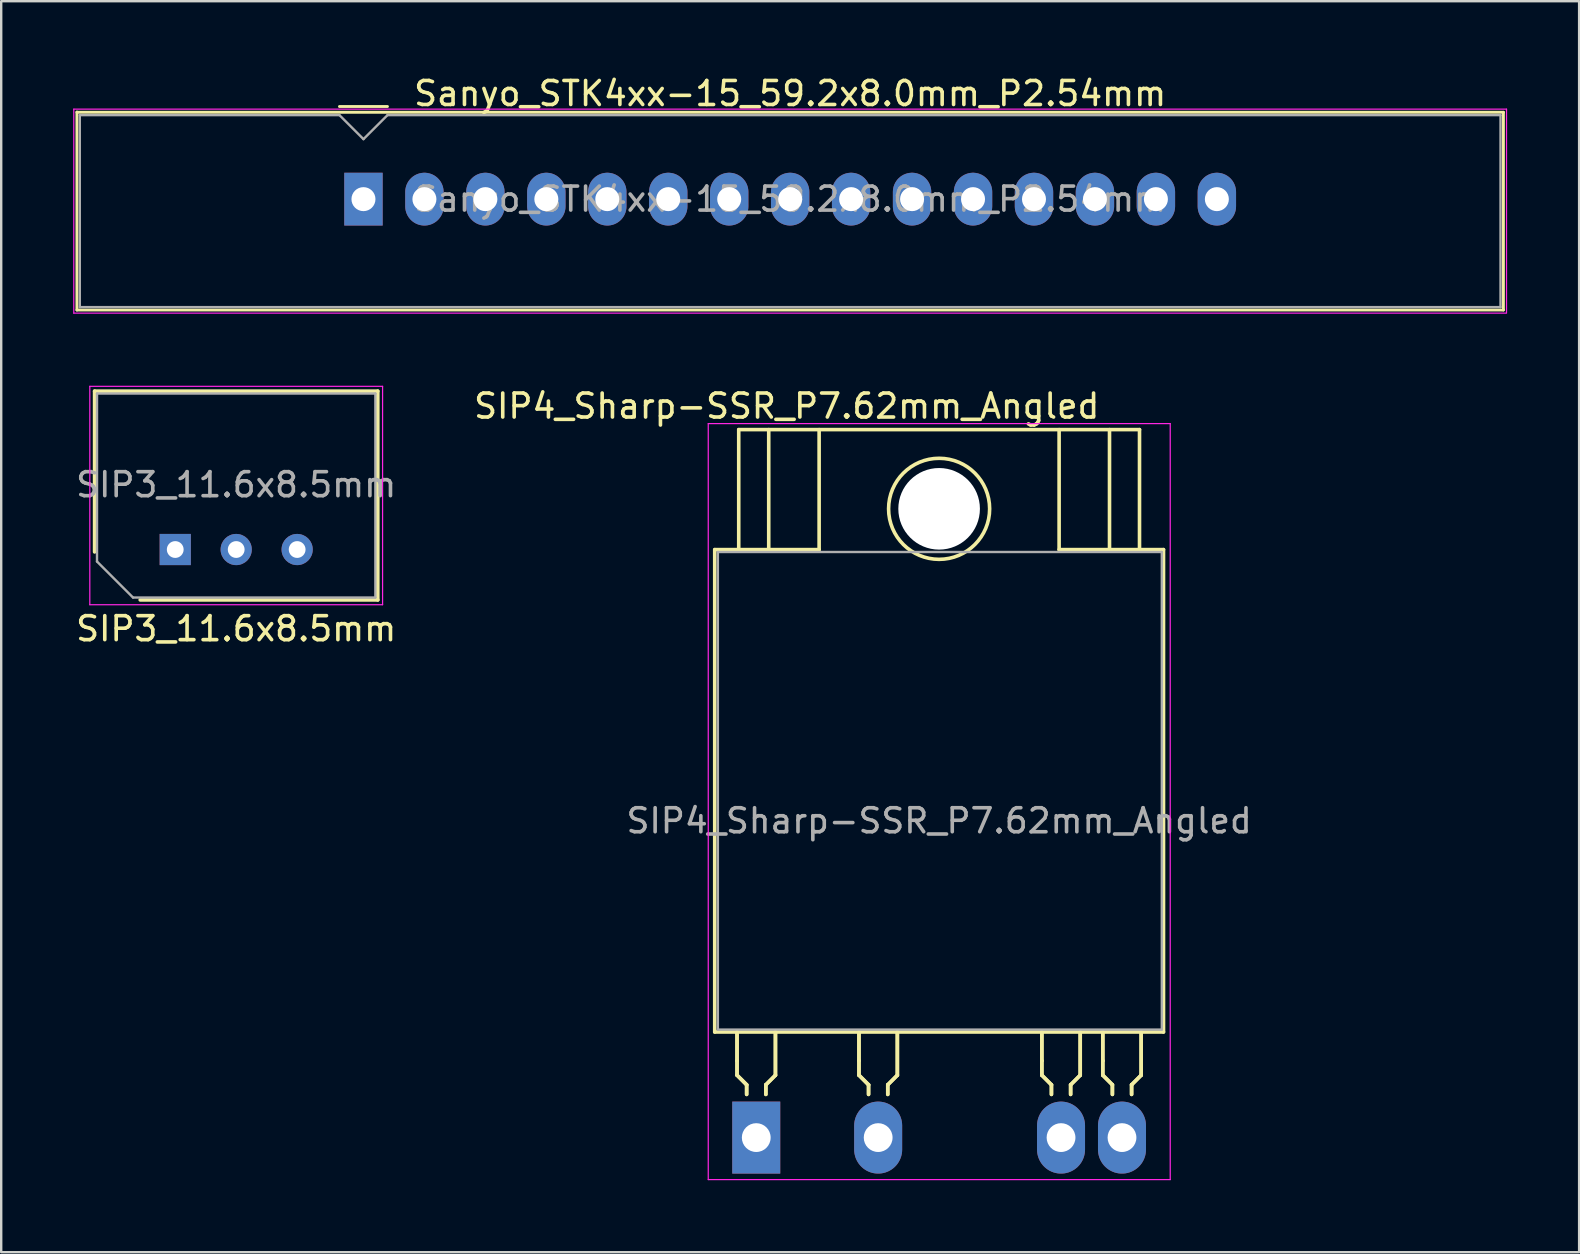
<source format=kicad_pcb>
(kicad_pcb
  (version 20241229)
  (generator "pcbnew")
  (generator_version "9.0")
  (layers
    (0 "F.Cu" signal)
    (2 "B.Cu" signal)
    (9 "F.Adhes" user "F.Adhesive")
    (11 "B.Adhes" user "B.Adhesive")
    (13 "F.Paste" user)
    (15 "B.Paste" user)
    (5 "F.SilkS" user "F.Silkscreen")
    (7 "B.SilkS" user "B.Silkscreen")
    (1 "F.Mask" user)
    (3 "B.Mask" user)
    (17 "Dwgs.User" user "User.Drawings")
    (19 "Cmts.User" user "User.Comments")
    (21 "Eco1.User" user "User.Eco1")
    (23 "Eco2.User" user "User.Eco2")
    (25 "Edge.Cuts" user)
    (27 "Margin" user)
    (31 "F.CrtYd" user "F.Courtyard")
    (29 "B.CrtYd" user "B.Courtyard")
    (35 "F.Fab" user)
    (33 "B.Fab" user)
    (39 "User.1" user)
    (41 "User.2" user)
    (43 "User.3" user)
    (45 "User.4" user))
  (footprint "SIP3_11.6x8.5mm"
    (layer "F.Cu")
    (at 4.252 19.848)
    (property "Reference" "SIP3_11.6x8.5mm" (at 2.54 3.3 180) (layer "F.SilkS") (effects (font (size 1 1) (thickness 0.15))))
    (attr through_hole)
    (fp_line (start -3.36 -6.6) (end 8.44 -6.6) (stroke (width 0.15) (type solid)) (layer "F.SilkS"))
    (fp_line (start -3.36 0.1) (end -3.36 -6.6) (stroke (width 0.15) (type solid)) (layer "F.SilkS"))
    (fp_line (start -1.46 2.1) (end 8.44 2.1) (stroke (width 0.15) (type solid)) (layer "F.SilkS"))
    (fp_line (start 8.44 -6.6) (end 8.44 2.1) (stroke (width 0.15) (type solid)) (layer "F.SilkS"))
    (fp_line (start -3.56 2.3) (end -3.56 -6.8) (stroke (width 0.05) (type solid)) (layer "F.CrtYd"))
    (fp_line (start 8.64 -6.8) (end -3.56 -6.8) (stroke (width 0.05) (type solid)) (layer "F.CrtYd"))
    (fp_line (start 8.64 2.3) (end -3.56 2.3) (stroke (width 0.05) (type solid)) (layer "F.CrtYd"))
    (fp_line (start 8.64 2.3) (end 8.64 -6.8) (stroke (width 0.05) (type solid)) (layer "F.CrtYd"))
    (fp_line (start -3.26 -6.5) (end -3.26 0.5) (stroke (width 0.1) (type solid)) (layer "F.Fab"))
    (fp_line (start -3.26 0.5) (end -1.76 2) (stroke (width 0.1) (type solid)) (layer "F.Fab"))
    (fp_line (start 8.34 -6.5) (end -3.26 -6.5) (stroke (width 0.1) (type solid)) (layer "F.Fab"))
    (fp_line (start 8.34 2) (end -1.76 2) (stroke (width 0.1) (type solid)) (layer "F.Fab"))
    (fp_line (start 8.34 2) (end 8.34 -6.5) (stroke (width 0.1) (type solid)) (layer "F.Fab"))
    (fp_text user "${REFERENCE}" (at 2.54 -2.7 180) (layer "F.Fab") (effects (font (size 1 1) (thickness 0.15))))
    (pad "1" thru_hole rect (at 0 0 270) (size 1.3 1.3) (drill 0.7) (layers "*.Cu" "*.Mask"))
    (pad "2" thru_hole circle (at 2.54 0 180) (size 1.3 1.3) (drill 0.7) (layers "*.Cu" "*.Mask"))
    (pad "3" thru_hole circle (at 5.08 0 270) (size 1.3 1.3) (drill 0.7) (layers "*.Cu" "*.Mask")))
  (footprint "Sanyo_STK4xx-15_59.2x8.0mm_P2.54mm"
    (layer "F.Cu")
    (at 12.095 5.248)
    (property "Reference" "Sanyo_STK4xx-15_59.2x8.0mm_P2.54mm" (at 17.78 -4.4 0) (layer "F.SilkS") (effects (font (size 1 1) (thickness 0.15))))
    (attr through_hole)
    (fp_line (start -11.94 -3.62) (end 47.5 -3.62) (stroke (width 0.12) (type solid)) (layer "F.SilkS"))
    (fp_line (start -11.94 4.62) (end -11.94 -3.63) (stroke (width 0.12) (type solid)) (layer "F.SilkS"))
    (fp_line (start 1 -3.86) (end -1 -3.86) (stroke (width 0.12) (type solid)) (layer "F.SilkS"))
    (fp_line (start 47.5 -3.62) (end 47.5 4.62) (stroke (width 0.12) (type solid)) (layer "F.SilkS"))
    (fp_line (start 47.5 4.62) (end -11.94 4.62) (stroke (width 0.12) (type solid)) (layer "F.SilkS"))
    (fp_line (start -12.07 -3.75) (end 47.63 -3.75) (stroke (width 0.05) (type solid)) (layer "F.CrtYd"))
    (fp_line (start -12.07 4.75) (end -12.07 -3.75) (stroke (width 0.05) (type solid)) (layer "F.CrtYd"))
    (fp_line (start 47.6 4.75) (end -12.07 4.75) (stroke (width 0.05) (type solid)) (layer "F.CrtYd"))
    (fp_line (start 47.63 -3.75) (end 47.63 4.75) (stroke (width 0.05) (type solid)) (layer "F.CrtYd"))
    (fp_line (start -11.82 -3.5) (end -1 -3.5) (stroke (width 0.1) (type solid)) (layer "F.Fab"))
    (fp_line (start -11.82 4.5) (end -11.82 -3.5) (stroke (width 0.1) (type solid)) (layer "F.Fab"))
    (fp_line (start -1 -3.5) (end 0 -2.5) (stroke (width 0.1) (type solid)) (layer "F.Fab"))
    (fp_line (start 0 -2.5) (end 1 -3.5) (stroke (width 0.1) (type solid)) (layer "F.Fab"))
    (fp_line (start 1 -3.5) (end 47.38 -3.5) (stroke (width 0.1) (type solid)) (layer "F.Fab"))
    (fp_line (start 47.38 -3.5) (end 47.38 4.5) (stroke (width 0.1) (type solid)) (layer "F.Fab"))
    (fp_line (start 47.38 4.5) (end -11.82 4.5) (stroke (width 0.1) (type solid)) (layer "F.Fab"))
    (fp_text user "${REFERENCE}" (at 17.78 0 0) (layer "F.Fab") (effects (font (size 1 1) (thickness 0.15))))
    (pad "1" thru_hole rect (at 0 0) (size 1.6 2.2) (drill 1) (layers "*.Cu" "*.Mask"))
    (pad "2" thru_hole oval (at 2.54 0) (size 1.6 2.2) (drill 1) (layers "*.Cu" "*.Mask"))
    (pad "3" thru_hole oval (at 5.08 0) (size 1.6 2.2) (drill 1) (layers "*.Cu" "*.Mask"))
    (pad "4" thru_hole oval (at 7.62 0) (size 1.6 2.2) (drill 1) (layers "*.Cu" "*.Mask"))
    (pad "5" thru_hole oval (at 10.16 0) (size 1.6 2.2) (drill 1) (layers "*.Cu" "*.Mask"))
    (pad "6" thru_hole oval (at 12.7 0) (size 1.6 2.2) (drill 1) (layers "*.Cu" "*.Mask"))
    (pad "7" thru_hole oval (at 15.24 0) (size 1.6 2.2) (drill 1) (layers "*.Cu" "*.Mask"))
    (pad "8" thru_hole oval (at 17.78 0) (size 1.6 2.2) (drill 1) (layers "*.Cu" "*.Mask"))
    (pad "9" thru_hole oval (at 20.32 0) (size 1.6 2.2) (drill 1) (layers "*.Cu" "*.Mask"))
    (pad "10" thru_hole oval (at 22.86 0) (size 1.6 2.2) (drill 1) (layers "*.Cu" "*.Mask"))
    (pad "11" thru_hole oval (at 25.4 0) (size 1.6 2.2) (drill 1) (layers "*.Cu" "*.Mask"))
    (pad "12" thru_hole oval (at 27.94 0) (size 1.6 2.2) (drill 1) (layers "*.Cu" "*.Mask"))
    (pad "13" thru_hole oval (at 30.48 0) (size 1.6 2.2) (drill 1) (layers "*.Cu" "*.Mask"))
    (pad "14" thru_hole oval (at 33.02 0) (size 1.6 2.2) (drill 1) (layers "*.Cu" "*.Mask"))
    (pad "15" thru_hole oval (at 35.56 0) (size 1.6 2.2) (drill 1) (layers "*.Cu" "*.Mask")))
  (footprint "SIP4_Sharp-SSR_P7.62mm_Angled"
    (layer "F.Cu")
    (at 28.462 44.352)
    (property "Reference" "SIP4_Sharp-SSR_P7.62mm_Angled" (at 1.27 -30.48 0) (layer "F.SilkS") (effects (font (size 1 1) (thickness 0.15))))
    (attr through_hole)
    (fp_line (start -1.73 -24.5) (end 2.62 -24.5) (stroke (width 0.15) (type solid)) (layer "F.SilkS"))
    (fp_line (start -1.73 -4.4) (end -1.73 -24.5) (stroke (width 0.15) (type solid)) (layer "F.SilkS"))
    (fp_line (start -0.8 -3.2) (end -0.8 -4.4) (stroke (width 0.15) (type solid)) (layer "F.SilkS"))
    (fp_line (start -0.8 -3.2) (end -0.8 -4.4) (stroke (width 0.15) (type solid)) (layer "F.SilkS"))
    (fp_line (start -0.8 -2.6) (end -0.8 -3.2) (stroke (width 0.15) (type solid)) (layer "F.SilkS"))
    (fp_line (start -0.8 -2.6) (end -0.8 -3.2) (stroke (width 0.15) (type solid)) (layer "F.SilkS"))
    (fp_line (start -0.73 -29.5) (end 15.97 -29.5) (stroke (width 0.15) (type solid)) (layer "F.SilkS"))
    (fp_line (start -0.73 -24.5) (end -0.73 -29.5) (stroke (width 0.15) (type solid)) (layer "F.SilkS"))
    (fp_line (start -0.4 -2.2) (end -0.8 -2.6) (stroke (width 0.15) (type solid)) (layer "F.SilkS"))
    (fp_line (start -0.4 -2.2) (end -0.8 -2.6) (stroke (width 0.15) (type solid)) (layer "F.SilkS"))
    (fp_line (start -0.4 -2.2) (end -0.4 -1.8) (stroke (width 0.15) (type solid)) (layer "F.SilkS"))
    (fp_line (start -0.4 -2.2) (end -0.4 -1.8) (stroke (width 0.15) (type solid)) (layer "F.SilkS"))
    (fp_line (start 0.4 -2.2) (end 0.8 -2.6) (stroke (width 0.15) (type solid)) (layer "F.SilkS"))
    (fp_line (start 0.4 -2.2) (end 0.8 -2.6) (stroke (width 0.15) (type solid)) (layer "F.SilkS"))
    (fp_line (start 0.4 -1.8) (end 0.4 -2.2) (stroke (width 0.15) (type solid)) (layer "F.SilkS"))
    (fp_line (start 0.4 -1.8) (end 0.4 -2.2) (stroke (width 0.15) (type solid)) (layer "F.SilkS"))
    (fp_line (start 0.52 -24.5) (end 0.52 -29.5) (stroke (width 0.15) (type solid)) (layer "F.SilkS"))
    (fp_line (start 0.8 -2.6) (end 0.8 -4.4) (stroke (width 0.15) (type solid)) (layer "F.SilkS"))
    (fp_line (start 0.8 -2.6) (end 0.8 -4.4) (stroke (width 0.15) (type solid)) (layer "F.SilkS"))
    (fp_line (start 2.62 -29.5) (end 2.62 -24.5) (stroke (width 0.15) (type solid)) (layer "F.SilkS"))
    (fp_line (start 4.28 -3.2) (end 4.28 -4.4) (stroke (width 0.15) (type solid)) (layer "F.SilkS"))
    (fp_line (start 4.28 -3.2) (end 4.28 -4.4) (stroke (width 0.15) (type solid)) (layer "F.SilkS"))
    (fp_line (start 4.28 -2.6) (end 4.28 -3.2) (stroke (width 0.15) (type solid)) (layer "F.SilkS"))
    (fp_line (start 4.28 -2.6) (end 4.28 -3.2) (stroke (width 0.15) (type solid)) (layer "F.SilkS"))
    (fp_line (start 4.68 -2.2) (end 4.28 -2.6) (stroke (width 0.15) (type solid)) (layer "F.SilkS"))
    (fp_line (start 4.68 -2.2) (end 4.28 -2.6) (stroke (width 0.15) (type solid)) (layer "F.SilkS"))
    (fp_line (start 4.68 -2.2) (end 4.68 -1.8) (stroke (width 0.15) (type solid)) (layer "F.SilkS"))
    (fp_line (start 4.68 -2.2) (end 4.68 -1.8) (stroke (width 0.15) (type solid)) (layer "F.SilkS"))
    (fp_line (start 5.48 -2.2) (end 5.88 -2.6) (stroke (width 0.15) (type solid)) (layer "F.SilkS"))
    (fp_line (start 5.48 -2.2) (end 5.88 -2.6) (stroke (width 0.15) (type solid)) (layer "F.SilkS"))
    (fp_line (start 5.48 -1.8) (end 5.48 -2.2) (stroke (width 0.15) (type solid)) (layer "F.SilkS"))
    (fp_line (start 5.48 -1.8) (end 5.48 -2.2) (stroke (width 0.15) (type solid)) (layer "F.SilkS"))
    (fp_line (start 5.88 -2.6) (end 5.88 -4.4) (stroke (width 0.15) (type solid)) (layer "F.SilkS"))
    (fp_line (start 5.88 -2.6) (end 5.88 -4.4) (stroke (width 0.15) (type solid)) (layer "F.SilkS"))
    (fp_line (start 11.9 -3.2) (end 11.9 -4.4) (stroke (width 0.15) (type solid)) (layer "F.SilkS"))
    (fp_line (start 11.9 -3.2) (end 11.9 -4.4) (stroke (width 0.15) (type solid)) (layer "F.SilkS"))
    (fp_line (start 11.9 -2.6) (end 11.9 -3.2) (stroke (width 0.15) (type solid)) (layer "F.SilkS"))
    (fp_line (start 11.9 -2.6) (end 11.9 -3.2) (stroke (width 0.15) (type solid)) (layer "F.SilkS"))
    (fp_line (start 12.3 -2.2) (end 11.9 -2.6) (stroke (width 0.15) (type solid)) (layer "F.SilkS"))
    (fp_line (start 12.3 -2.2) (end 11.9 -2.6) (stroke (width 0.15) (type solid)) (layer "F.SilkS"))
    (fp_line (start 12.3 -2.2) (end 12.3 -1.8) (stroke (width 0.15) (type solid)) (layer "F.SilkS"))
    (fp_line (start 12.3 -2.2) (end 12.3 -1.8) (stroke (width 0.15) (type solid)) (layer "F.SilkS"))
    (fp_line (start 12.62 -29.5) (end 12.62 -24.5) (stroke (width 0.15) (type solid)) (layer "F.SilkS"))
    (fp_line (start 12.62 -24.5) (end 16.97 -24.5) (stroke (width 0.15) (type solid)) (layer "F.SilkS"))
    (fp_line (start 13.1 -2.2) (end 13.5 -2.6) (stroke (width 0.15) (type solid)) (layer "F.SilkS"))
    (fp_line (start 13.1 -2.2) (end 13.5 -2.6) (stroke (width 0.15) (type solid)) (layer "F.SilkS"))
    (fp_line (start 13.1 -1.8) (end 13.1 -2.2) (stroke (width 0.15) (type solid)) (layer "F.SilkS"))
    (fp_line (start 13.1 -1.8) (end 13.1 -2.2) (stroke (width 0.15) (type solid)) (layer "F.SilkS"))
    (fp_line (start 13.5 -2.6) (end 13.5 -4.4) (stroke (width 0.15) (type solid)) (layer "F.SilkS"))
    (fp_line (start 13.5 -2.6) (end 13.5 -4.4) (stroke (width 0.15) (type solid)) (layer "F.SilkS"))
    (fp_line (start 14.44 -3.2) (end 14.44 -4.4) (stroke (width 0.15) (type solid)) (layer "F.SilkS"))
    (fp_line (start 14.44 -3.2) (end 14.44 -4.4) (stroke (width 0.15) (type solid)) (layer "F.SilkS"))
    (fp_line (start 14.44 -2.6) (end 14.44 -3.2) (stroke (width 0.15) (type solid)) (layer "F.SilkS"))
    (fp_line (start 14.44 -2.6) (end 14.44 -3.2) (stroke (width 0.15) (type solid)) (layer "F.SilkS"))
    (fp_line (start 14.72 -24.5) (end 14.72 -29.5) (stroke (width 0.15) (type solid)) (layer "F.SilkS"))
    (fp_line (start 14.84 -2.2) (end 14.44 -2.6) (stroke (width 0.15) (type solid)) (layer "F.SilkS"))
    (fp_line (start 14.84 -2.2) (end 14.44 -2.6) (stroke (width 0.15) (type solid)) (layer "F.SilkS"))
    (fp_line (start 14.84 -2.2) (end 14.84 -1.8) (stroke (width 0.15) (type solid)) (layer "F.SilkS"))
    (fp_line (start 14.84 -2.2) (end 14.84 -1.8) (stroke (width 0.15) (type solid)) (layer "F.SilkS"))
    (fp_line (start 15.64 -2.2) (end 16.04 -2.6) (stroke (width 0.15) (type solid)) (layer "F.SilkS"))
    (fp_line (start 15.64 -2.2) (end 16.04 -2.6) (stroke (width 0.15) (type solid)) (layer "F.SilkS"))
    (fp_line (start 15.64 -1.8) (end 15.64 -2.2) (stroke (width 0.15) (type solid)) (layer "F.SilkS"))
    (fp_line (start 15.64 -1.8) (end 15.64 -2.2) (stroke (width 0.15) (type solid)) (layer "F.SilkS"))
    (fp_line (start 15.97 -24.5) (end 15.97 -29.5) (stroke (width 0.15) (type solid)) (layer "F.SilkS"))
    (fp_line (start 16.04 -2.6) (end 16.04 -4.4) (stroke (width 0.15) (type solid)) (layer "F.SilkS"))
    (fp_line (start 16.04 -2.6) (end 16.04 -4.4) (stroke (width 0.15) (type solid)) (layer "F.SilkS"))
    (fp_line (start 16.97 -24.5) (end 16.97 -4.4) (stroke (width 0.15) (type solid)) (layer "F.SilkS"))
    (fp_line (start 16.97 -4.4) (end -1.73 -4.4) (stroke (width 0.15) (type solid)) (layer "F.SilkS"))
    (fp_circle (center 7.62 -26.2) (end 9.35 -27.4) (stroke (width 0.15) (type solid)) (fill no) (layer "F.SilkS"))
    (fp_line (start -2 -29.75) (end 17.25 -29.75) (stroke (width 0.05) (type solid)) (layer "F.CrtYd"))
    (fp_line (start -2 1.75) (end -2 -29.75) (stroke (width 0.05) (type solid)) (layer "F.CrtYd"))
    (fp_line (start 17.25 -29.75) (end 17.25 1.75) (stroke (width 0.05) (type solid)) (layer "F.CrtYd"))
    (fp_line (start 17.25 1.75) (end -2 1.75) (stroke (width 0.05) (type solid)) (layer "F.CrtYd"))
    (fp_line (start -1.6 -24.4) (end 16.9 -24.4) (stroke (width 0.1) (type solid)) (layer "F.Fab"))
    (fp_line (start -1.6 -4.5) (end -1.6 -24.4) (stroke (width 0.1) (type solid)) (layer "F.Fab"))
    (fp_line (start 16.9 -24.4) (end 16.9 -4.5) (stroke (width 0.1) (type solid)) (layer "F.Fab"))
    (fp_line (start 16.9 -4.5) (end -1.6 -4.5) (stroke (width 0.1) (type solid)) (layer "F.Fab"))
    (fp_text user "${REFERENCE}" (at 7.62 -13.2 0) (layer "F.Fab") (effects (font (size 1 1) (thickness 0.15))))
    (pad "" np_thru_hole circle (at 7.62 -26.2) (size 3.4 3.4) (drill 3.4) (layers "*.Cu" "*.Mask"))
    (pad "1" thru_hole rect (at 0 0) (size 2 3) (drill 1.2) (layers "*.Cu" "*.Mask"))
    (pad "2" thru_hole oval (at 5.08 0) (size 2 3) (drill 1.2) (layers "*.Cu" "*.Mask"))
    (pad "3" thru_hole oval (at 12.7 0) (size 2 3) (drill 1.2) (layers "*.Cu" "*.Mask"))
    (pad "4" thru_hole oval (at 15.24 0) (size 2 3) (drill 1.2) (layers "*.Cu" "*.Mask")))
  (gr_rect
    (start -3 -3)
    (end 62.75 49.127)
    (stroke (width 0.1) (type default))
    (fill no)
    (layer "Edge.Cuts")))
</source>
